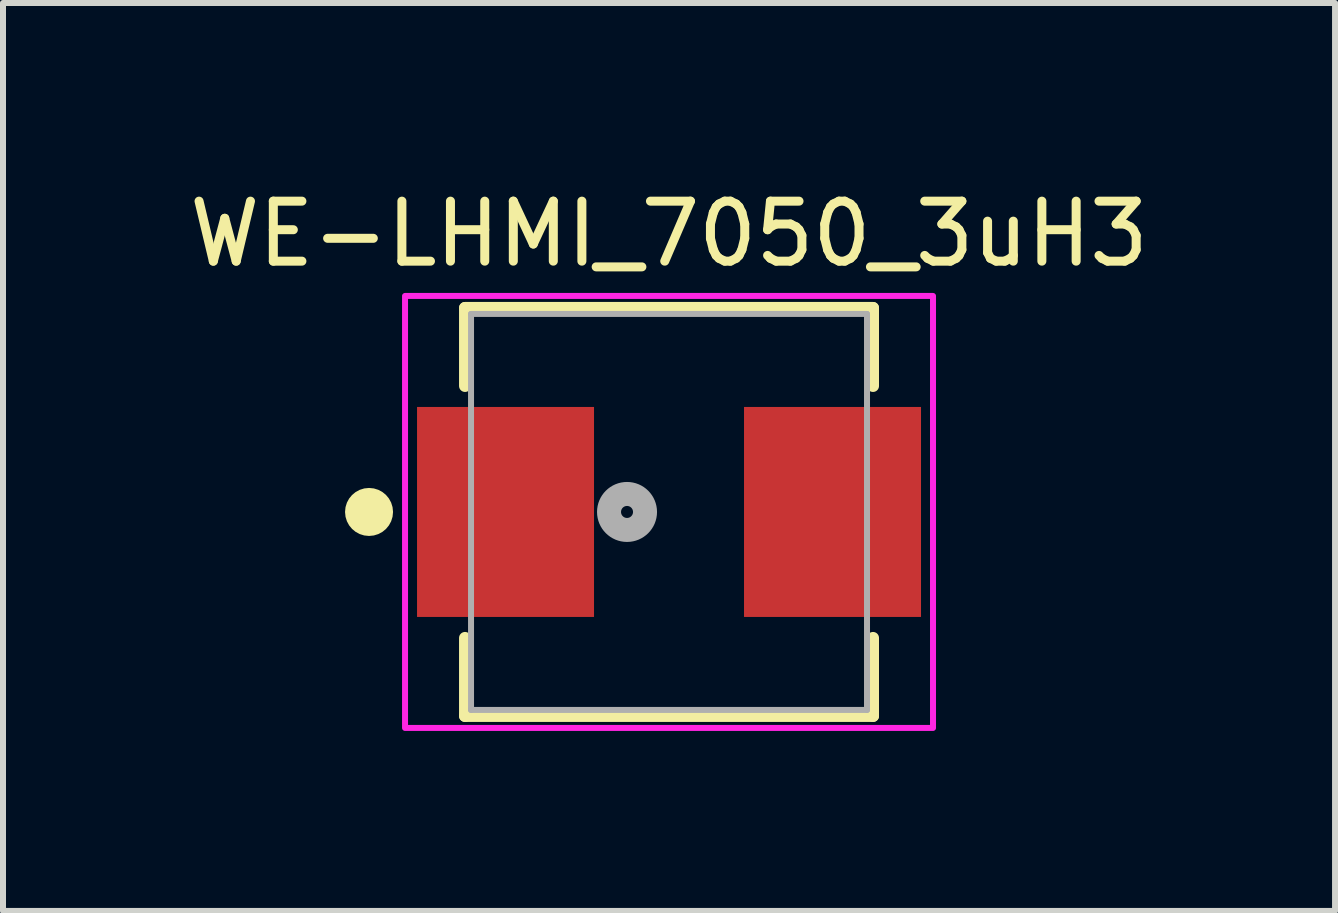
<source format=kicad_pcb>
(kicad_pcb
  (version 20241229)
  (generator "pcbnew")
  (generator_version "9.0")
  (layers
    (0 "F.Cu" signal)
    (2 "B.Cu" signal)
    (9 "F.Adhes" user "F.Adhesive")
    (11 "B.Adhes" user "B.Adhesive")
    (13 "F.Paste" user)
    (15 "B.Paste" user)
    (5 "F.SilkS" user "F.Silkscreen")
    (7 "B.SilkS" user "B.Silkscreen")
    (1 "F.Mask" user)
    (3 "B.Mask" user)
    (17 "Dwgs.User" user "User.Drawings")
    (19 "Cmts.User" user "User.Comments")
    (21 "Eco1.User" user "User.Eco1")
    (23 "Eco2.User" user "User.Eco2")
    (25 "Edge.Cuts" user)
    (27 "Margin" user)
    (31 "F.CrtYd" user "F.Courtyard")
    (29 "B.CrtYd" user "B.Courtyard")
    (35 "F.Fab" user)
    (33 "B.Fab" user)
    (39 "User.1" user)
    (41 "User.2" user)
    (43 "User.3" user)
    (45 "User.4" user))
  (footprint "WE-LHMI_7050_3uH3"
    (layer "F.Cu")
    (at 8.101 5.483)
    (property "Reference" "WE-LHMI_7050_3uH3" (at 0 -4.635 0) (layer "F.SilkS") (effects (font (size 1 1) (thickness 0.15))))
    (attr smd)
    (fp_line (start -3.4 -3.4) (end 3.4 -3.4) (stroke (width 0.2) (type solid)) (layer "F.SilkS"))
    (fp_line (start -3.4 -2.1) (end -3.4 -3.4) (stroke (width 0.2) (type solid)) (layer "F.SilkS"))
    (fp_line (start -3.4 2.1) (end -3.4 3.4) (stroke (width 0.2) (type solid)) (layer "F.SilkS"))
    (fp_line (start -3.4 3.4) (end 3.4 3.4) (stroke (width 0.2) (type solid)) (layer "F.SilkS"))
    (fp_line (start 3.4 -3.4) (end 3.4 -2.1) (stroke (width 0.2) (type solid)) (layer "F.SilkS"))
    (fp_line (start 3.4 3.4) (end 3.4 2.1) (stroke (width 0.2) (type solid)) (layer "F.SilkS"))
    (fp_circle (center -5 0) (end -4.8 0) (stroke (width 0.4) (type solid)) (fill no) (layer "F.SilkS"))
    (fp_poly (pts (xy -4.4 -3.6) (xy 4.4 -3.6) (xy 4.4 3.6) (xy -4.4 3.6)) (stroke (width 0.1) (type solid)) (fill no) (layer "F.CrtYd"))
    (fp_line (start -3.3 -3.3) (end 3.3 -3.3) (stroke (width 0.1) (type solid)) (layer "F.Fab"))
    (fp_line (start -3.3 3.3) (end -3.3 -3.3) (stroke (width 0.1) (type solid)) (layer "F.Fab"))
    (fp_line (start 3.3 -3.3) (end 3.3 3.3) (stroke (width 0.1) (type solid)) (layer "F.Fab"))
    (fp_line (start 3.3 3.3) (end -3.3 3.3) (stroke (width 0.1) (type solid)) (layer "F.Fab"))
    (fp_circle (center -0.7 0) (end -0.6 0) (stroke (width 0.4) (type solid)) (fill no) (layer "F.Fab"))
    (pad "1" smd rect (at -2.725 0) (size 2.95 3.5) (layers "F.Cu" "F.Mask" "F.Paste"))
    (pad "2" smd rect (at 2.725 0) (size 2.95 3.5) (layers "F.Cu" "F.Mask" "F.Paste"))
    (zone (net_name "") (layer "F.Cu") (hatch full 0.508) (connect_pads) (min_thickness 0.01) (filled_areas_thickness no) (keepout (tracks not_allowed) (vias not_allowed) (pads not_allowed) (copperpour not_allowed) (footprints allowed)) (placement (enabled no)) (fill) (polygon (pts (xy 6.851 2.183) (xy 9.351 2.183) (xy 9.351 8.783) (xy 6.851 8.783))))
    (zone (net_name "") (layers "F.Cu" "B.Cu") (hatch full 0.508) (connect_pads) (min_thickness 0.01) (filled_areas_thickness no) (keepout (tracks allowed) (vias not_allowed) (pads allowed) (copperpour allowed) (footprints allowed)) (placement (enabled no)) (fill) (polygon (pts (xy 6.851 2.183) (xy 9.351 2.183) (xy 9.351 8.783) (xy 6.851 8.783)))))
  (gr_rect
    (start -3 -3)
    (end 19.202 12.133)
    (stroke (width 0.1) (type default))
    (fill no)
    (layer "Edge.Cuts")))
</source>
